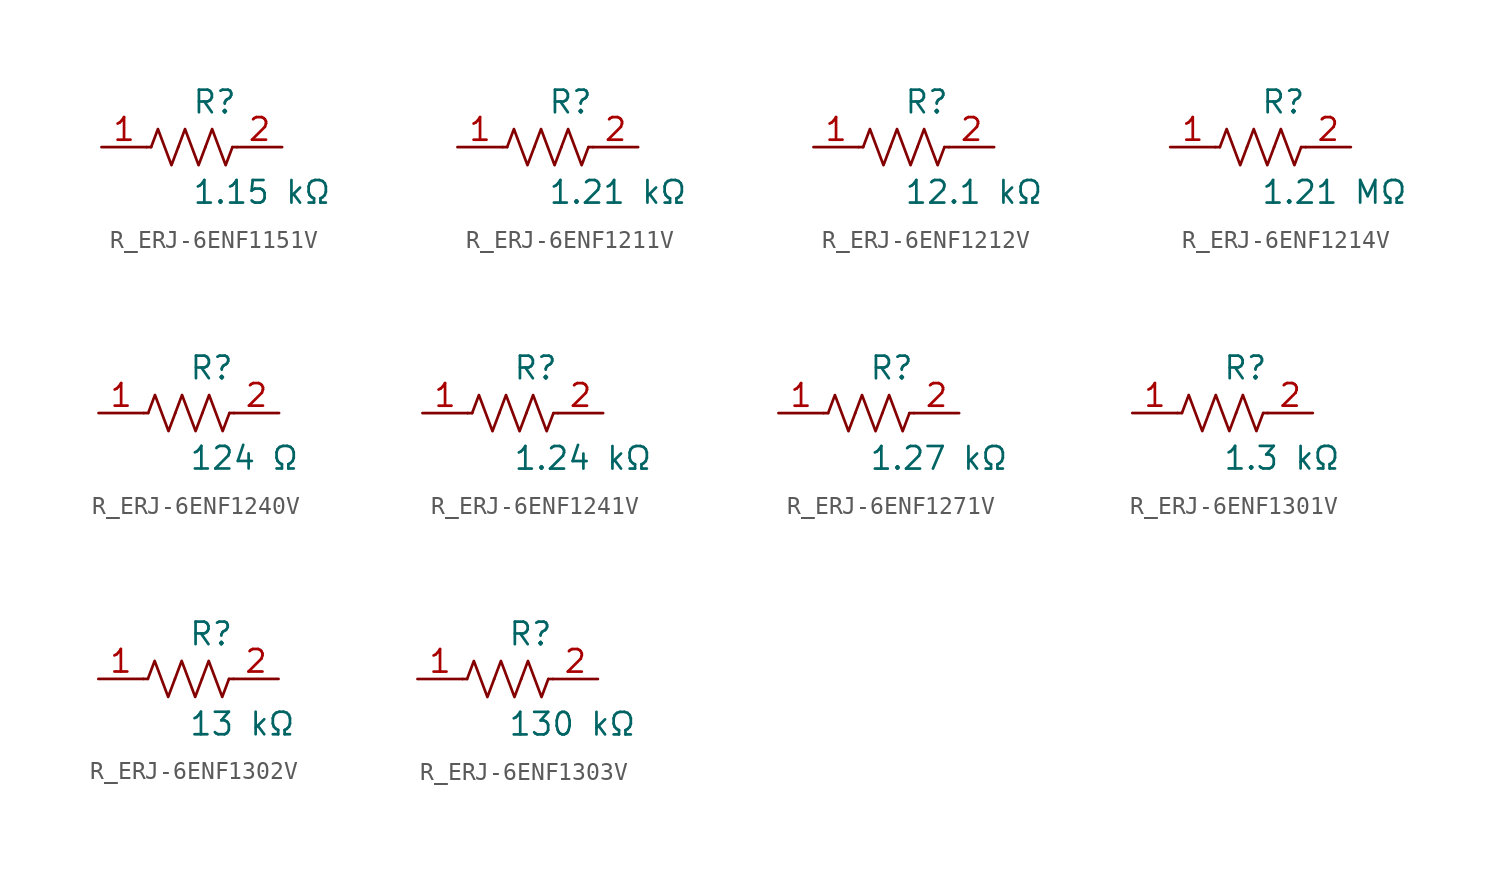
<source format=kicad_sym>
(kicad_symbol_lib
  (version 20231120)
  (generator kicad_symbol_editor)
  (generator_version 8.0)
  (symbol "R_ERJ-6ENF1151V"
    (pin_names
      (offset 0.254))
    (property "Reference" "R"
      (at 0.0 2.54 0)
      (effects (font (size 1.27 1.27)) (justify left)))
    (property "Value" "1.15 kΩ"
      (at 0.0 -2.54 0)
      (effects (font (size 1.27 1.27)) (justify left)))
    (symbol "R_ERJ-6ENF1151V_0_1"
      (polyline (pts (xy 2.286 0) (xy 2.54 0)) (stroke (width 0) (type default)) (fill (type none)))
      (polyline (pts (xy -2.286 0) (xy -2.54 0)) (stroke (width 0) (type default)) (fill (type none)))
      (polyline (pts (xy 0.762 0) (xy 1.143 1.016) (xy 1.524 0) (xy 1.905 -1.016) (xy 2.286 0)) (stroke (width 0) (type default)) (fill (type none)))
      (polyline (pts (xy -0.762 0) (xy -0.381 1.016) (xy 0 0) (xy 0.381 -1.016) (xy 0.762 0)) (stroke (width 0) (type default)) (fill (type none)))
      (polyline (pts (xy -2.286 0) (xy -1.905 1.016) (xy -1.524 0) (xy -1.143 -1.016) (xy -0.762 0)) (stroke (width 0) (type default)) (fill (type none))))
    (pin unspecified line
      (at -5.08 0 0)
      (length 2.54)
      (name "" (effects (font (size 1.27 1.27))))
      (number "1" (effects (font (size 1.27 1.27)))))
    (pin unspecified line
      (at 5.08 0 180)
      (length 2.54)
      (name "" (effects (font (size 1.27 1.27))))
      (number "2" (effects (font (size 1.27 1.27))))))
  (symbol "R_ERJ-6ENF1211V"
    (pin_names
      (offset 0.254))
    (property "Reference" "R"
      (at 0.0 2.54 0)
      (effects (font (size 1.27 1.27)) (justify left)))
    (property "Value" "1.21 kΩ"
      (at 0.0 -2.54 0)
      (effects (font (size 1.27 1.27)) (justify left)))
    (symbol "R_ERJ-6ENF1211V_0_1"
      (polyline (pts (xy 2.286 0) (xy 2.54 0)) (stroke (width 0) (type default)) (fill (type none)))
      (polyline (pts (xy -2.286 0) (xy -2.54 0)) (stroke (width 0) (type default)) (fill (type none)))
      (polyline (pts (xy 0.762 0) (xy 1.143 1.016) (xy 1.524 0) (xy 1.905 -1.016) (xy 2.286 0)) (stroke (width 0) (type default)) (fill (type none)))
      (polyline (pts (xy -0.762 0) (xy -0.381 1.016) (xy 0 0) (xy 0.381 -1.016) (xy 0.762 0)) (stroke (width 0) (type default)) (fill (type none)))
      (polyline (pts (xy -2.286 0) (xy -1.905 1.016) (xy -1.524 0) (xy -1.143 -1.016) (xy -0.762 0)) (stroke (width 0) (type default)) (fill (type none))))
    (pin unspecified line
      (at -5.08 0 0)
      (length 2.54)
      (name "" (effects (font (size 1.27 1.27))))
      (number "1" (effects (font (size 1.27 1.27)))))
    (pin unspecified line
      (at 5.08 0 180)
      (length 2.54)
      (name "" (effects (font (size 1.27 1.27))))
      (number "2" (effects (font (size 1.27 1.27))))))
  (symbol "R_ERJ-6ENF1212V"
    (pin_names
      (offset 0.254))
    (property "Reference" "R"
      (at 0.0 2.54 0)
      (effects (font (size 1.27 1.27)) (justify left)))
    (property "Value" "12.1 kΩ"
      (at 0.0 -2.54 0)
      (effects (font (size 1.27 1.27)) (justify left)))
    (symbol "R_ERJ-6ENF1212V_0_1"
      (polyline (pts (xy 2.286 0) (xy 2.54 0)) (stroke (width 0) (type default)) (fill (type none)))
      (polyline (pts (xy -2.286 0) (xy -2.54 0)) (stroke (width 0) (type default)) (fill (type none)))
      (polyline (pts (xy 0.762 0) (xy 1.143 1.016) (xy 1.524 0) (xy 1.905 -1.016) (xy 2.286 0)) (stroke (width 0) (type default)) (fill (type none)))
      (polyline (pts (xy -0.762 0) (xy -0.381 1.016) (xy 0 0) (xy 0.381 -1.016) (xy 0.762 0)) (stroke (width 0) (type default)) (fill (type none)))
      (polyline (pts (xy -2.286 0) (xy -1.905 1.016) (xy -1.524 0) (xy -1.143 -1.016) (xy -0.762 0)) (stroke (width 0) (type default)) (fill (type none))))
    (pin unspecified line
      (at -5.08 0 0)
      (length 2.54)
      (name "" (effects (font (size 1.27 1.27))))
      (number "1" (effects (font (size 1.27 1.27)))))
    (pin unspecified line
      (at 5.08 0 180)
      (length 2.54)
      (name "" (effects (font (size 1.27 1.27))))
      (number "2" (effects (font (size 1.27 1.27))))))
  (symbol "R_ERJ-6ENF1214V"
    (pin_names
      (offset 0.254))
    (property "Reference" "R"
      (at 0.0 2.54 0)
      (effects (font (size 1.27 1.27)) (justify left)))
    (property "Value" "1.21 MΩ"
      (at 0.0 -2.54 0)
      (effects (font (size 1.27 1.27)) (justify left)))
    (symbol "R_ERJ-6ENF1214V_0_1"
      (polyline (pts (xy 2.286 0) (xy 2.54 0)) (stroke (width 0) (type default)) (fill (type none)))
      (polyline (pts (xy -2.286 0) (xy -2.54 0)) (stroke (width 0) (type default)) (fill (type none)))
      (polyline (pts (xy 0.762 0) (xy 1.143 1.016) (xy 1.524 0) (xy 1.905 -1.016) (xy 2.286 0)) (stroke (width 0) (type default)) (fill (type none)))
      (polyline (pts (xy -0.762 0) (xy -0.381 1.016) (xy 0 0) (xy 0.381 -1.016) (xy 0.762 0)) (stroke (width 0) (type default)) (fill (type none)))
      (polyline (pts (xy -2.286 0) (xy -1.905 1.016) (xy -1.524 0) (xy -1.143 -1.016) (xy -0.762 0)) (stroke (width 0) (type default)) (fill (type none))))
    (pin unspecified line
      (at -5.08 0 0)
      (length 2.54)
      (name "" (effects (font (size 1.27 1.27))))
      (number "1" (effects (font (size 1.27 1.27)))))
    (pin unspecified line
      (at 5.08 0 180)
      (length 2.54)
      (name "" (effects (font (size 1.27 1.27))))
      (number "2" (effects (font (size 1.27 1.27))))))
  (symbol "R_ERJ-6ENF1240V"
    (pin_names
      (offset 0.254))
    (property "Reference" "R"
      (at 0.0 2.54 0)
      (effects (font (size 1.27 1.27)) (justify left)))
    (property "Value" "124 Ω"
      (at 0.0 -2.54 0)
      (effects (font (size 1.27 1.27)) (justify left)))
    (symbol "R_ERJ-6ENF1240V_0_1"
      (polyline (pts (xy 2.286 0) (xy 2.54 0)) (stroke (width 0) (type default)) (fill (type none)))
      (polyline (pts (xy -2.286 0) (xy -2.54 0)) (stroke (width 0) (type default)) (fill (type none)))
      (polyline (pts (xy 0.762 0) (xy 1.143 1.016) (xy 1.524 0) (xy 1.905 -1.016) (xy 2.286 0)) (stroke (width 0) (type default)) (fill (type none)))
      (polyline (pts (xy -0.762 0) (xy -0.381 1.016) (xy 0 0) (xy 0.381 -1.016) (xy 0.762 0)) (stroke (width 0) (type default)) (fill (type none)))
      (polyline (pts (xy -2.286 0) (xy -1.905 1.016) (xy -1.524 0) (xy -1.143 -1.016) (xy -0.762 0)) (stroke (width 0) (type default)) (fill (type none))))
    (pin unspecified line
      (at -5.08 0 0)
      (length 2.54)
      (name "" (effects (font (size 1.27 1.27))))
      (number "1" (effects (font (size 1.27 1.27)))))
    (pin unspecified line
      (at 5.08 0 180)
      (length 2.54)
      (name "" (effects (font (size 1.27 1.27))))
      (number "2" (effects (font (size 1.27 1.27))))))
  (symbol "R_ERJ-6ENF1241V"
    (pin_names
      (offset 0.254))
    (property "Reference" "R"
      (at 0.0 2.54 0)
      (effects (font (size 1.27 1.27)) (justify left)))
    (property "Value" "1.24 kΩ"
      (at 0.0 -2.54 0)
      (effects (font (size 1.27 1.27)) (justify left)))
    (symbol "R_ERJ-6ENF1241V_0_1"
      (polyline (pts (xy 2.286 0) (xy 2.54 0)) (stroke (width 0) (type default)) (fill (type none)))
      (polyline (pts (xy -2.286 0) (xy -2.54 0)) (stroke (width 0) (type default)) (fill (type none)))
      (polyline (pts (xy 0.762 0) (xy 1.143 1.016) (xy 1.524 0) (xy 1.905 -1.016) (xy 2.286 0)) (stroke (width 0) (type default)) (fill (type none)))
      (polyline (pts (xy -0.762 0) (xy -0.381 1.016) (xy 0 0) (xy 0.381 -1.016) (xy 0.762 0)) (stroke (width 0) (type default)) (fill (type none)))
      (polyline (pts (xy -2.286 0) (xy -1.905 1.016) (xy -1.524 0) (xy -1.143 -1.016) (xy -0.762 0)) (stroke (width 0) (type default)) (fill (type none))))
    (pin unspecified line
      (at -5.08 0 0)
      (length 2.54)
      (name "" (effects (font (size 1.27 1.27))))
      (number "1" (effects (font (size 1.27 1.27)))))
    (pin unspecified line
      (at 5.08 0 180)
      (length 2.54)
      (name "" (effects (font (size 1.27 1.27))))
      (number "2" (effects (font (size 1.27 1.27))))))
  (symbol "R_ERJ-6ENF1271V"
    (pin_names
      (offset 0.254))
    (property "Reference" "R"
      (at 0.0 2.54 0)
      (effects (font (size 1.27 1.27)) (justify left)))
    (property "Value" "1.27 kΩ"
      (at 0.0 -2.54 0)
      (effects (font (size 1.27 1.27)) (justify left)))
    (symbol "R_ERJ-6ENF1271V_0_1"
      (polyline (pts (xy 2.286 0) (xy 2.54 0)) (stroke (width 0) (type default)) (fill (type none)))
      (polyline (pts (xy -2.286 0) (xy -2.54 0)) (stroke (width 0) (type default)) (fill (type none)))
      (polyline (pts (xy 0.762 0) (xy 1.143 1.016) (xy 1.524 0) (xy 1.905 -1.016) (xy 2.286 0)) (stroke (width 0) (type default)) (fill (type none)))
      (polyline (pts (xy -0.762 0) (xy -0.381 1.016) (xy 0 0) (xy 0.381 -1.016) (xy 0.762 0)) (stroke (width 0) (type default)) (fill (type none)))
      (polyline (pts (xy -2.286 0) (xy -1.905 1.016) (xy -1.524 0) (xy -1.143 -1.016) (xy -0.762 0)) (stroke (width 0) (type default)) (fill (type none))))
    (pin unspecified line
      (at -5.08 0 0)
      (length 2.54)
      (name "" (effects (font (size 1.27 1.27))))
      (number "1" (effects (font (size 1.27 1.27)))))
    (pin unspecified line
      (at 5.08 0 180)
      (length 2.54)
      (name "" (effects (font (size 1.27 1.27))))
      (number "2" (effects (font (size 1.27 1.27))))))
  (symbol "R_ERJ-6ENF1301V"
    (pin_names
      (offset 0.254))
    (property "Reference" "R"
      (at 0.0 2.54 0)
      (effects (font (size 1.27 1.27)) (justify left)))
    (property "Value" "1.3 kΩ"
      (at 0.0 -2.54 0)
      (effects (font (size 1.27 1.27)) (justify left)))
    (symbol "R_ERJ-6ENF1301V_0_1"
      (polyline (pts (xy 2.286 0) (xy 2.54 0)) (stroke (width 0) (type default)) (fill (type none)))
      (polyline (pts (xy -2.286 0) (xy -2.54 0)) (stroke (width 0) (type default)) (fill (type none)))
      (polyline (pts (xy 0.762 0) (xy 1.143 1.016) (xy 1.524 0) (xy 1.905 -1.016) (xy 2.286 0)) (stroke (width 0) (type default)) (fill (type none)))
      (polyline (pts (xy -0.762 0) (xy -0.381 1.016) (xy 0 0) (xy 0.381 -1.016) (xy 0.762 0)) (stroke (width 0) (type default)) (fill (type none)))
      (polyline (pts (xy -2.286 0) (xy -1.905 1.016) (xy -1.524 0) (xy -1.143 -1.016) (xy -0.762 0)) (stroke (width 0) (type default)) (fill (type none))))
    (pin unspecified line
      (at -5.08 0 0)
      (length 2.54)
      (name "" (effects (font (size 1.27 1.27))))
      (number "1" (effects (font (size 1.27 1.27)))))
    (pin unspecified line
      (at 5.08 0 180)
      (length 2.54)
      (name "" (effects (font (size 1.27 1.27))))
      (number "2" (effects (font (size 1.27 1.27))))))
  (symbol "R_ERJ-6ENF1302V"
    (pin_names
      (offset 0.254))
    (property "Reference" "R"
      (at 0.0 2.54 0)
      (effects (font (size 1.27 1.27)) (justify left)))
    (property "Value" "13 kΩ"
      (at 0.0 -2.54 0)
      (effects (font (size 1.27 1.27)) (justify left)))
    (symbol "R_ERJ-6ENF1302V_0_1"
      (polyline (pts (xy 2.286 0) (xy 2.54 0)) (stroke (width 0) (type default)) (fill (type none)))
      (polyline (pts (xy -2.286 0) (xy -2.54 0)) (stroke (width 0) (type default)) (fill (type none)))
      (polyline (pts (xy 0.762 0) (xy 1.143 1.016) (xy 1.524 0) (xy 1.905 -1.016) (xy 2.286 0)) (stroke (width 0) (type default)) (fill (type none)))
      (polyline (pts (xy -0.762 0) (xy -0.381 1.016) (xy 0 0) (xy 0.381 -1.016) (xy 0.762 0)) (stroke (width 0) (type default)) (fill (type none)))
      (polyline (pts (xy -2.286 0) (xy -1.905 1.016) (xy -1.524 0) (xy -1.143 -1.016) (xy -0.762 0)) (stroke (width 0) (type default)) (fill (type none))))
    (pin unspecified line
      (at -5.08 0 0)
      (length 2.54)
      (name "" (effects (font (size 1.27 1.27))))
      (number "1" (effects (font (size 1.27 1.27)))))
    (pin unspecified line
      (at 5.08 0 180)
      (length 2.54)
      (name "" (effects (font (size 1.27 1.27))))
      (number "2" (effects (font (size 1.27 1.27))))))
  (symbol "R_ERJ-6ENF1303V"
    (pin_names
      (offset 0.254))
    (property "Reference" "R"
      (at 0.0 2.54 0)
      (effects (font (size 1.27 1.27)) (justify left)))
    (property "Value" "130 kΩ"
      (at 0.0 -2.54 0)
      (effects (font (size 1.27 1.27)) (justify left)))
    (symbol "R_ERJ-6ENF1303V_0_1"
      (polyline (pts (xy 2.286 0) (xy 2.54 0)) (stroke (width 0) (type default)) (fill (type none)))
      (polyline (pts (xy -2.286 0) (xy -2.54 0)) (stroke (width 0) (type default)) (fill (type none)))
      (polyline (pts (xy 0.762 0) (xy 1.143 1.016) (xy 1.524 0) (xy 1.905 -1.016) (xy 2.286 0)) (stroke (width 0) (type default)) (fill (type none)))
      (polyline (pts (xy -0.762 0) (xy -0.381 1.016) (xy 0 0) (xy 0.381 -1.016) (xy 0.762 0)) (stroke (width 0) (type default)) (fill (type none)))
      (polyline (pts (xy -2.286 0) (xy -1.905 1.016) (xy -1.524 0) (xy -1.143 -1.016) (xy -0.762 0)) (stroke (width 0) (type default)) (fill (type none))))
    (pin unspecified line
      (at -5.08 0 0)
      (length 2.54)
      (name "" (effects (font (size 1.27 1.27))))
      (number "1" (effects (font (size 1.27 1.27)))))
    (pin unspecified line
      (at 5.08 0 180)
      (length 2.54)
      (name "" (effects (font (size 1.27 1.27))))
      (number "2" (effects (font (size 1.27 1.27)))))))
</source>
